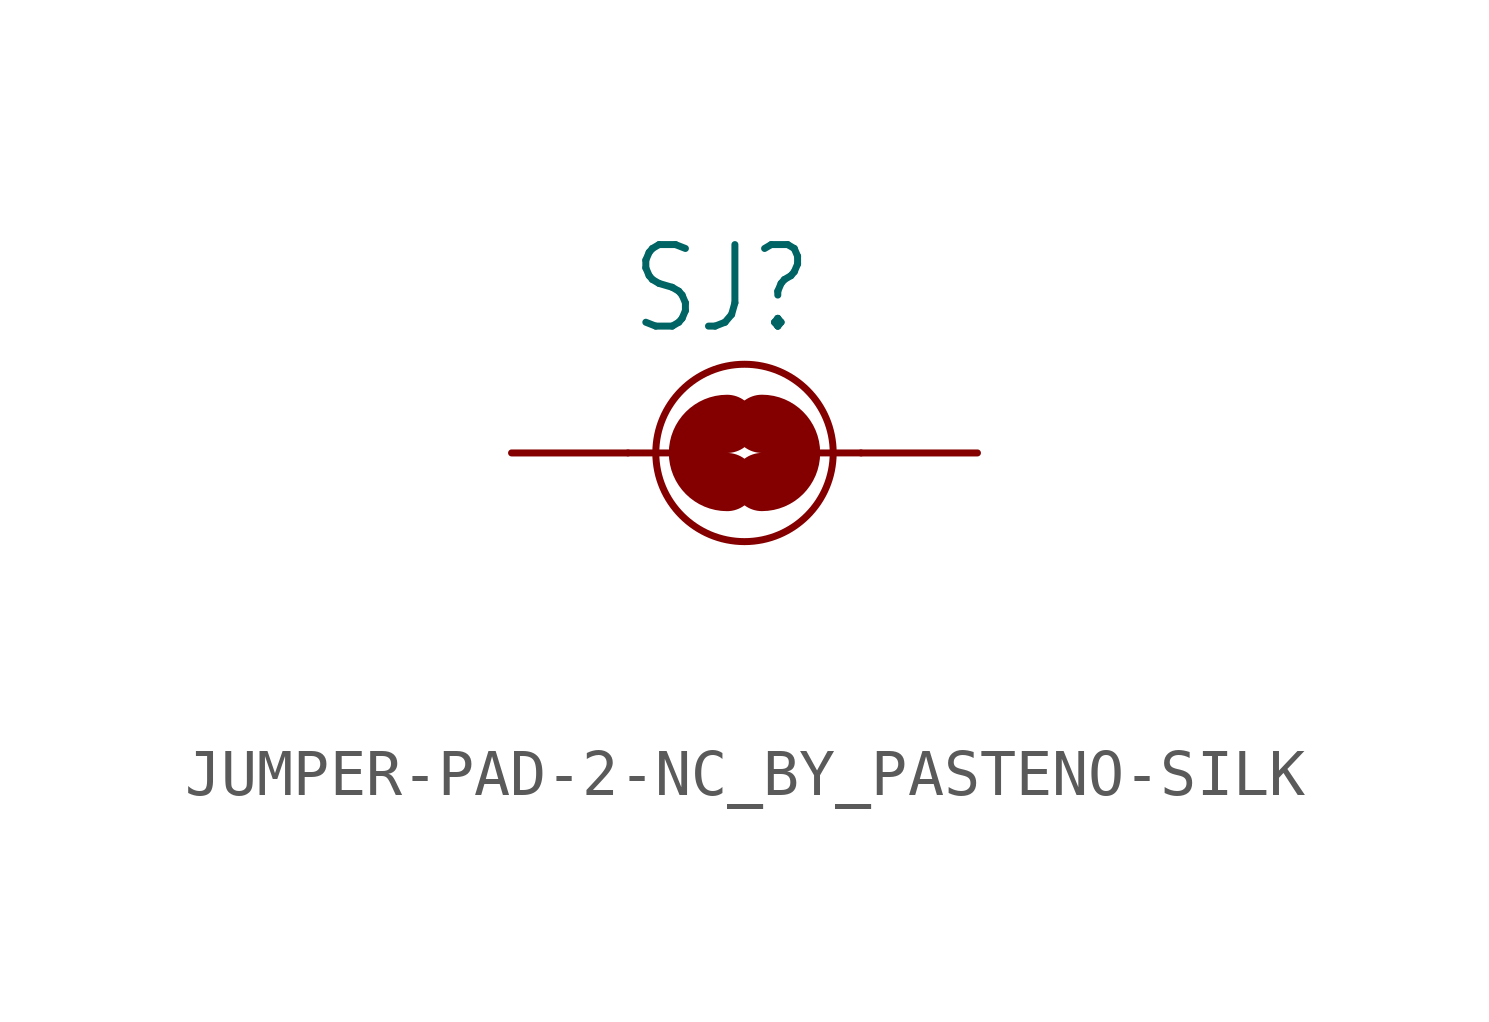
<source format=kicad_sym>
(kicad_symbol_lib
  (version 20220914)
  (generator kicad_symbol_editor)
  (symbol "JUMPER-PAD-2-NC_BY_PASTENO-SILK"
    (property "Reference" "SJ"
      (at -2.54 2.54 0)
      (effects (font (size 1.778 1.511)) (justify left bottom)))
    (property "Value" ""
      (at -2.54 -5.08 0)
      (effects (font (size 1.778 1.511)) (justify left bottom)))
    (property "ki_locked" ""
      (at 0 0 0)
      (effects (font (size 1.27 1.27))))
    (symbol "JUMPER-PAD-2-NC_BY_PASTENO-SILK_1_0"
      (arc (start -0.3808 0.635) (mid -1.0159 0.0001) (end -0.381 -0.635) (stroke (width 1.27) (type solid)) (fill (type none)))
      (polyline (pts (xy -2.54 0) (xy -1.651 0)) (stroke (width 0.152) (type solid)) (fill (type none)))
      (polyline (pts (xy 2.54 0) (xy 1.651 0)) (stroke (width 0.152) (type solid)) (fill (type none)))
      (circle (center 0 0) (radius 1.934) (stroke (width 0) (type solid)) (fill (type none)))
      (arc (start 0.3808 -0.635) (mid 1.0159 -0.0001) (end 0.381 0.635) (stroke (width 1.27) (type solid)) (fill (type none)))
      (pin passive line (at -5.08 0 0) (length 2.54) (name "1" (effects (font (size 0 0)))) (number "1" (effects (font (size 0 0)))))
      (pin passive line (at 5.08 0 180) (length 2.54) (name "2" (effects (font (size 0 0)))) (number "2" (effects (font (size 0 0))))))))
</source>
